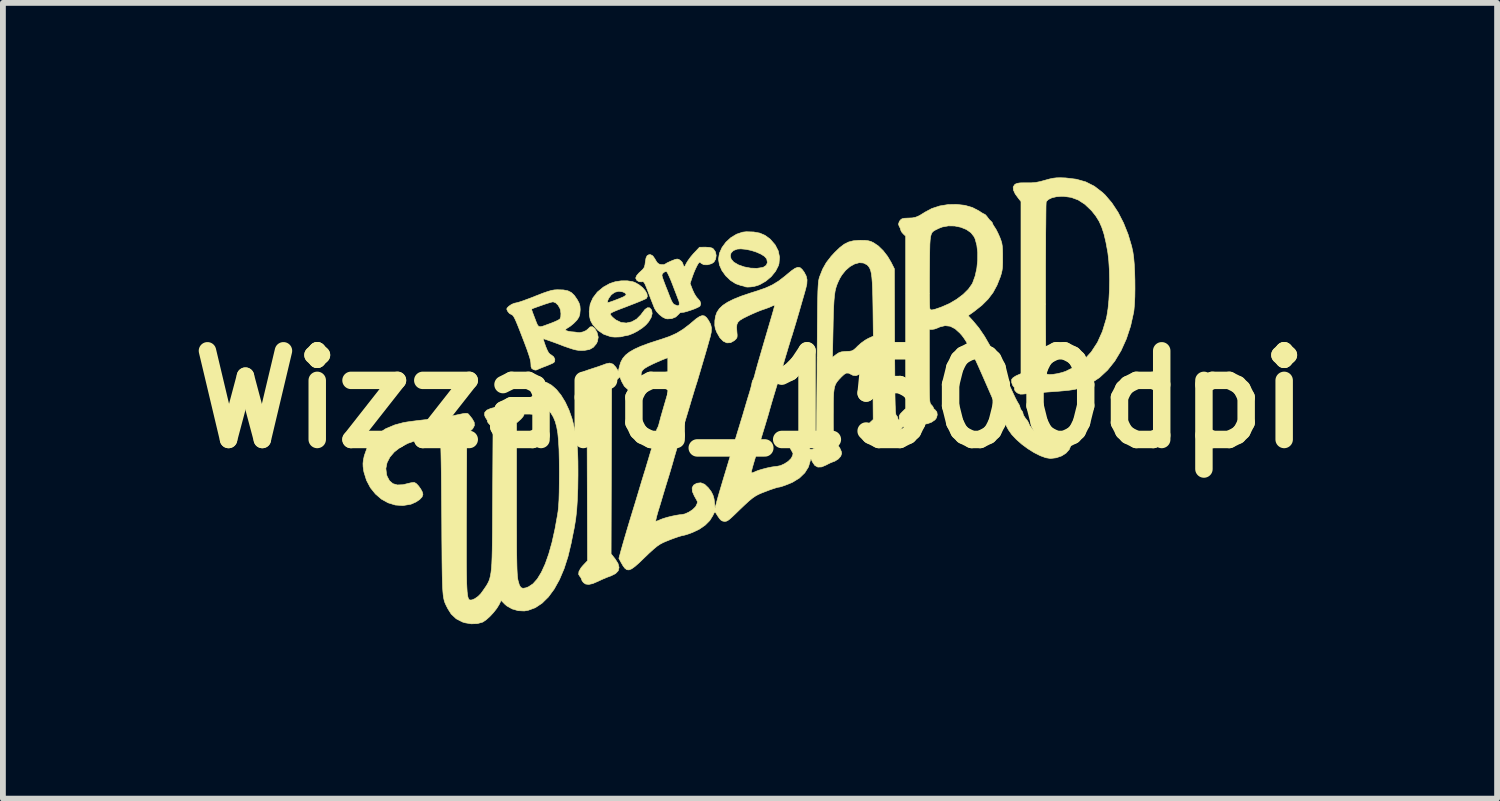
<source format=kicad_pcb>
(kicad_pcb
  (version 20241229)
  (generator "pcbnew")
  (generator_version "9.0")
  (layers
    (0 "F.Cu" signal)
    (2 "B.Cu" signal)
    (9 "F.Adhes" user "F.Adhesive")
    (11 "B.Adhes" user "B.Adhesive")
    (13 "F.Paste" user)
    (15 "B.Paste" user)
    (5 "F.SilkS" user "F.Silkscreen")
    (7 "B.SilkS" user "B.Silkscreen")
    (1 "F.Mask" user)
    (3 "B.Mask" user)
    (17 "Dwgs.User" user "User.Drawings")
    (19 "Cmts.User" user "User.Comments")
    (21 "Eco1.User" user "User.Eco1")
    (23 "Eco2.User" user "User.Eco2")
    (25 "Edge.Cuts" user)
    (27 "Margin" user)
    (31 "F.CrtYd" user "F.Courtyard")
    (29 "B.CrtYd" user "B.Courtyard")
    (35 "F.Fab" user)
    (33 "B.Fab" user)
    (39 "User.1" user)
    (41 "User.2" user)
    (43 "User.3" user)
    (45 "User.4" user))
  (footprint "Wizzard_1500dpi"
    (layer "F.Cu")
    (at 9.841 3.814)
    (property "Reference" "Wizzard_1500dpi" (at 0 0 0) (layer "F.SilkS") (effects (font (size 1.524 1.524) (thickness 0.3))))
    (attr through_hole)
    (fp_poly (pts (xy 0.063 -2.877) (xy 0.167 -2.858) (xy 0.256 -2.82) (xy 0.338 -2.761) (xy 0.351 -2.749) (xy 0.432 -2.655) (xy 0.485 -2.552) (xy 0.507 -2.444) (xy 0.498 -2.335) (xy 0.489 -2.301) (xy 0.44 -2.204) (xy 0.366 -2.112) (xy 0.273 -2.033) (xy 0.169 -1.973) (xy 0.127 -1.957) (xy 0.072 -1.942) (xy 0.012 -1.933) (xy -0.042 -1.93) (xy -0.079 -1.934) (xy -0.087 -1.938) (xy -0.107 -1.946) (xy -0.146 -1.955) (xy -0.151 -1.955) (xy -0.246 -1.988) (xy -0.337 -2.046) (xy -0.418 -2.124) (xy -0.483 -2.214) (xy -0.526 -2.311) (xy -0.542 -2.408) (xy -0.542 -2.409) (xy -0.533 -2.466) (xy -0.339 -2.466) (xy -0.324 -2.41) (xy -0.28 -2.359) (xy -0.2 -2.312) (xy -0.1 -2.277) (xy 0.01 -2.256) (xy 0.117 -2.252) (xy 0.212 -2.266) (xy 0.231 -2.272) (xy 0.279 -2.304) (xy 0.299 -2.351) (xy 0.288 -2.41) (xy 0.284 -2.418) (xy 0.249 -2.458) (xy 0.189 -2.496) (xy 0.11 -2.531) (xy 0.02 -2.56) (xy -0.071 -2.579) (xy -0.158 -2.587) (xy -0.219 -2.583) (xy -0.285 -2.558) (xy -0.326 -2.517) (xy -0.339 -2.466) (xy -0.533 -2.466) (xy -0.526 -2.511) (xy -0.481 -2.611) (xy -0.414 -2.702) (xy -0.329 -2.78) (xy -0.231 -2.839) (xy -0.127 -2.874) (xy -0.064 -2.881) (xy 0.063 -2.877)) (stroke (width 0.01) (type solid)) (fill yes) (layer "F.SilkS"))
    (fp_poly (pts (xy -2.018 -2.023) (xy -1.977 -2.009) (xy -1.907 -1.969) (xy -1.846 -1.92) (xy -1.8 -1.866) (xy -1.771 -1.814) (xy -1.765 -1.768) (xy -1.78 -1.736) (xy -1.803 -1.724) (xy -1.852 -1.702) (xy -1.922 -1.673) (xy -2.008 -1.639) (xy -2.104 -1.602) (xy -2.11 -1.599) (xy -2.216 -1.559) (xy -2.294 -1.529) (xy -2.347 -1.506) (xy -2.381 -1.489) (xy -2.398 -1.476) (xy -2.402 -1.465) (xy -2.398 -1.453) (xy -2.393 -1.446) (xy -2.365 -1.414) (xy -2.321 -1.376) (xy -2.302 -1.363) (xy -2.217 -1.322) (xy -2.126 -1.312) (xy -2.035 -1.332) (xy -1.95 -1.379) (xy -1.876 -1.453) (xy -1.852 -1.486) (xy -1.805 -1.546) (xy -1.762 -1.575) (xy -1.724 -1.573) (xy -1.694 -1.539) (xy -1.69 -1.532) (xy -1.682 -1.474) (xy -1.7 -1.406) (xy -1.744 -1.332) (xy -1.789 -1.281) (xy -1.85 -1.229) (xy -1.926 -1.179) (xy -2.006 -1.136) (xy -2.081 -1.106) (xy -2.126 -1.096) (xy -2.168 -1.089) (xy -2.194 -1.081) (xy -2.222 -1.075) (xy -2.271 -1.072) (xy -2.327 -1.071) (xy -2.376 -1.075) (xy -2.396 -1.078) (xy -2.514 -1.119) (xy -2.61 -1.183) (xy -2.645 -1.217) (xy -2.707 -1.291) (xy -2.744 -1.361) (xy -2.761 -1.442) (xy -2.764 -1.514) (xy -2.748 -1.633) (xy -2.729 -1.678) (xy -2.451 -1.678) (xy -2.45 -1.667) (xy -2.437 -1.665) (xy -2.408 -1.672) (xy -2.359 -1.689) (xy -2.285 -1.717) (xy -2.249 -1.731) (xy -2.178 -1.761) (xy -2.138 -1.786) (xy -2.129 -1.807) (xy -2.15 -1.829) (xy -2.186 -1.847) (xy -2.255 -1.858) (xy -2.324 -1.841) (xy -2.384 -1.798) (xy -2.431 -1.734) (xy -2.446 -1.696) (xy -2.451 -1.678) (xy -2.729 -1.678) (xy -2.7 -1.744) (xy -2.624 -1.844) (xy -2.52 -1.93) (xy -2.41 -1.991) (xy -2.319 -2.021) (xy -2.216 -2.037) (xy -2.111 -2.038) (xy -2.018 -2.023)) (stroke (width 0.01) (type solid)) (fill yes) (layer "F.SilkS"))
    (fp_poly (pts (xy -0.698 -2.612) (xy -0.653 -2.601) (xy -0.629 -2.585) (xy -0.594 -2.534) (xy -0.582 -2.473) (xy -0.591 -2.411) (xy -0.62 -2.36) (xy -0.659 -2.333) (xy -0.73 -2.313) (xy -0.792 -2.314) (xy -0.837 -2.336) (xy -0.84 -2.339) (xy -0.858 -2.356) (xy -0.873 -2.355) (xy -0.891 -2.332) (xy -0.91 -2.299) (xy -0.937 -2.244) (xy -0.967 -2.174) (xy -0.991 -2.109) (xy -1.03 -1.992) (xy -0.987 -1.881) (xy -0.954 -1.811) (xy -0.918 -1.755) (xy -0.895 -1.73) (xy -0.86 -1.688) (xy -0.847 -1.643) (xy -0.859 -1.606) (xy -0.868 -1.597) (xy -0.903 -1.578) (xy -0.956 -1.555) (xy -1.02 -1.532) (xy -1.082 -1.512) (xy -1.134 -1.498) (xy -1.166 -1.495) (xy -1.168 -1.495) (xy -1.204 -1.488) (xy -1.228 -1.462) (xy -1.277 -1.416) (xy -1.345 -1.388) (xy -1.421 -1.383) (xy -1.45 -1.388) (xy -1.5 -1.412) (xy -1.556 -1.455) (xy -1.607 -1.51) (xy -1.638 -1.558) (xy -1.652 -1.591) (xy -1.674 -1.647) (xy -1.702 -1.718) (xy -1.728 -1.786) (xy -1.763 -1.879) (xy -1.789 -1.944) (xy -1.808 -1.987) (xy -1.823 -2.011) (xy -1.837 -2.022) (xy -1.851 -2.023) (xy -1.861 -2.02) (xy -1.906 -2.022) (xy -1.945 -2.045) (xy -1.964 -2.081) (xy -1.964 -2.088) (xy -1.95 -2.124) (xy -1.943 -2.133) (xy -1.514 -2.133) (xy -1.507 -2.101) (xy -1.492 -2.057) (xy -1.469 -1.995) (xy -1.446 -1.935) (xy -1.437 -1.913) (xy -1.418 -1.866) (xy -1.393 -1.801) (xy -1.372 -1.747) (xy -1.348 -1.691) (xy -1.324 -1.65) (xy -1.305 -1.631) (xy -1.265 -1.616) (xy -1.253 -1.61) (xy -1.228 -1.608) (xy -1.216 -1.631) (xy -1.218 -1.672) (xy -1.227 -1.702) (xy -1.241 -1.736) (xy -1.263 -1.795) (xy -1.292 -1.87) (xy -1.324 -1.954) (xy -1.33 -1.97) (xy -1.362 -2.051) (xy -1.392 -2.119) (xy -1.416 -2.169) (xy -1.433 -2.195) (xy -1.436 -2.197) (xy -1.464 -2.193) (xy -1.491 -2.174) (xy -1.508 -2.154) (xy -1.514 -2.133) (xy -1.943 -2.133) (xy -1.911 -2.171) (xy -1.887 -2.193) (xy -1.843 -2.234) (xy -1.818 -2.269) (xy -1.806 -2.312) (xy -1.8 -2.358) (xy -1.788 -2.429) (xy -1.768 -2.47) (xy -1.736 -2.487) (xy -1.707 -2.486) (xy -1.671 -2.466) (xy -1.635 -2.415) (xy -1.63 -2.405) (xy -1.599 -2.354) (xy -1.567 -2.327) (xy -1.536 -2.317) (xy -1.483 -2.315) (xy -1.456 -2.327) (xy -1.427 -2.345) (xy -1.378 -2.368) (xy -1.339 -2.385) (xy -1.286 -2.405) (xy -1.253 -2.412) (xy -1.228 -2.407) (xy -1.207 -2.395) (xy -1.175 -2.368) (xy -1.159 -2.344) (xy -1.143 -2.296) (xy -1.131 -2.28) (xy -1.117 -2.294) (xy -1.096 -2.336) (xy -1.066 -2.385) (xy -1.022 -2.446) (xy -0.971 -2.506) (xy -0.964 -2.513) (xy -0.868 -2.615) (xy -0.766 -2.616) (xy -0.698 -2.612)) (stroke (width 0.01) (type solid)) (fill yes) (layer "F.SilkS"))
    (fp_poly (pts (xy 5.425 -3.806) (xy 5.607 -3.784) (xy 5.77 -3.738) (xy 5.918 -3.663) (xy 6.055 -3.558) (xy 6.102 -3.514) (xy 6.218 -3.378) (xy 6.325 -3.216) (xy 6.419 -3.033) (xy 6.498 -2.836) (xy 6.559 -2.631) (xy 6.581 -2.53) (xy 6.594 -2.438) (xy 6.604 -2.322) (xy 6.611 -2.188) (xy 6.615 -2.045) (xy 6.616 -1.901) (xy 6.614 -1.763) (xy 6.608 -1.639) (xy 6.599 -1.537) (xy 6.594 -1.499) (xy 6.541 -1.26) (xy 6.468 -1.039) (xy 6.377 -0.838) (xy 6.269 -0.658) (xy 6.145 -0.503) (xy 6.007 -0.375) (xy 5.856 -0.275) (xy 5.742 -0.222) (xy 5.691 -0.203) (xy 5.645 -0.188) (xy 5.599 -0.176) (xy 5.547 -0.166) (xy 5.484 -0.157) (xy 5.406 -0.149) (xy 5.306 -0.14) (xy 5.181 -0.131) (xy 5.112 -0.126) (xy 5.002 -0.117) (xy 4.9 -0.109) (xy 4.812 -0.102) (xy 4.744 -0.096) (xy 4.702 -0.092) (xy 4.699 -0.091) (xy 4.644 -0.09) (xy 4.601 -0.107) (xy 4.583 -0.119) (xy 4.554 -0.15) (xy 4.544 -0.176) (xy 4.545 -0.179) (xy 4.543 -0.206) (xy 4.536 -0.213) (xy 4.513 -0.243) (xy 4.497 -0.289) (xy 4.495 -0.334) (xy 4.497 -0.343) (xy 4.518 -0.369) (xy 4.559 -0.397) (xy 4.582 -0.409) (xy 4.657 -0.442) (xy 4.657 -1.905) (xy 5.08 -1.905) (xy 5.08 -1.638) (xy 5.08 -1.404) (xy 5.081 -1.2) (xy 5.082 -1.024) (xy 5.083 -0.875) (xy 5.084 -0.752) (xy 5.086 -0.651) (xy 5.088 -0.572) (xy 5.09 -0.512) (xy 5.093 -0.471) (xy 5.097 -0.445) (xy 5.1 -0.434) (xy 5.101 -0.434) (xy 5.144 -0.426) (xy 5.208 -0.43) (xy 5.285 -0.442) (xy 5.366 -0.462) (xy 5.428 -0.483) (xy 5.593 -0.566) (xy 5.739 -0.677) (xy 5.865 -0.815) (xy 5.972 -0.979) (xy 6.057 -1.168) (xy 6.122 -1.382) (xy 6.133 -1.431) (xy 6.153 -1.558) (xy 6.168 -1.709) (xy 6.177 -1.876) (xy 6.18 -2.049) (xy 6.176 -2.221) (xy 6.166 -2.381) (xy 6.15 -2.521) (xy 6.148 -2.532) (xy 6.117 -2.7) (xy 6.084 -2.841) (xy 6.045 -2.959) (xy 6 -3.06) (xy 5.944 -3.15) (xy 5.877 -3.235) (xy 5.865 -3.248) (xy 5.755 -3.353) (xy 5.641 -3.427) (xy 5.519 -3.472) (xy 5.385 -3.49) (xy 5.356 -3.49) (xy 5.266 -3.483) (xy 5.187 -3.464) (xy 5.127 -3.435) (xy 5.092 -3.399) (xy 5.091 -3.394) (xy 5.089 -3.374) (xy 5.087 -3.322) (xy 5.086 -3.241) (xy 5.085 -3.133) (xy 5.084 -3.002) (xy 5.082 -2.85) (xy 5.082 -2.678) (xy 5.081 -2.49) (xy 5.08 -2.289) (xy 5.08 -2.076) (xy 5.08 -1.905) (xy 4.657 -1.905) (xy 4.657 -3.401) (xy 4.618 -3.449) (xy 4.558 -3.531) (xy 4.527 -3.598) (xy 4.523 -3.65) (xy 4.547 -3.689) (xy 4.561 -3.7) (xy 4.593 -3.713) (xy 4.643 -3.721) (xy 4.716 -3.722) (xy 4.751 -3.722) (xy 4.836 -3.722) (xy 4.909 -3.728) (xy 4.986 -3.743) (xy 5.069 -3.766) (xy 5.149 -3.788) (xy 5.212 -3.801) (xy 5.271 -3.808) (xy 5.339 -3.809) (xy 5.425 -3.806)) (stroke (width 0.01) (type solid)) (fill yes) (layer "F.SilkS"))
    (fp_poly (pts (xy -3.208 -1.881) (xy -3.131 -1.866) (xy -3.071 -1.836) (xy -3.019 -1.786) (xy -2.969 -1.713) (xy -2.938 -1.655) (xy -2.923 -1.606) (xy -2.919 -1.548) (xy -2.92 -1.526) (xy -2.926 -1.462) (xy -2.941 -1.415) (xy -2.971 -1.368) (xy -2.98 -1.357) (xy -3.031 -1.305) (xy -3.09 -1.257) (xy -3.113 -1.242) (xy -3.156 -1.215) (xy -3.172 -1.198) (xy -3.166 -1.186) (xy -3.16 -1.182) (xy -3.125 -1.171) (xy -3.074 -1.162) (xy -3.06 -1.161) (xy -3.011 -1.157) (xy -2.977 -1.152) (xy -2.972 -1.15) (xy -2.926 -1.147) (xy -2.869 -1.16) (xy -2.817 -1.183) (xy -2.784 -1.211) (xy -2.748 -1.246) (xy -2.709 -1.249) (xy -2.671 -1.22) (xy -2.634 -1.16) (xy -2.628 -1.146) (xy -2.609 -1.069) (xy -2.623 -0.994) (xy -2.643 -0.954) (xy -2.693 -0.895) (xy -2.758 -0.858) (xy -2.844 -0.842) (xy -2.896 -0.84) (xy -2.943 -0.842) (xy -2.99 -0.849) (xy -3.045 -0.863) (xy -3.113 -0.885) (xy -3.202 -0.916) (xy -3.276 -0.945) (xy -3.365 -0.978) (xy -3.443 -1.006) (xy -3.503 -1.027) (xy -3.542 -1.04) (xy -3.553 -1.042) (xy -3.55 -1.024) (xy -3.538 -0.983) (xy -3.518 -0.926) (xy -3.513 -0.911) (xy -3.485 -0.844) (xy -3.461 -0.8) (xy -3.435 -0.774) (xy -3.414 -0.762) (xy -3.375 -0.731) (xy -3.355 -0.69) (xy -3.358 -0.651) (xy -3.373 -0.632) (xy -3.399 -0.618) (xy -3.447 -0.597) (xy -3.508 -0.572) (xy -3.522 -0.567) (xy -3.584 -0.543) (xy -3.634 -0.522) (xy -3.664 -0.508) (xy -3.667 -0.506) (xy -3.693 -0.503) (xy -3.726 -0.514) (xy -3.753 -0.533) (xy -3.764 -0.563) (xy -3.766 -0.609) (xy -3.769 -0.644) (xy -3.78 -0.695) (xy -3.801 -0.763) (xy -3.832 -0.854) (xy -3.875 -0.969) (xy -3.912 -1.065) (xy -3.959 -1.187) (xy -3.996 -1.28) (xy -4.025 -1.349) (xy -4.048 -1.398) (xy -4.066 -1.429) (xy -4.081 -1.447) (xy -4.096 -1.456) (xy -4.099 -1.457) (xy -4.136 -1.478) (xy -4.165 -1.513) (xy -4.18 -1.546) (xy -4.18 -1.55) (xy -3.755 -1.55) (xy -3.751 -1.534) (xy -3.737 -1.493) (xy -3.715 -1.435) (xy -3.698 -1.391) (xy -3.673 -1.325) (xy -3.654 -1.281) (xy -3.634 -1.256) (xy -3.607 -1.248) (xy -3.566 -1.256) (xy -3.505 -1.278) (xy -3.425 -1.307) (xy -3.36 -1.333) (xy -3.307 -1.357) (xy -3.274 -1.376) (xy -3.268 -1.38) (xy -3.253 -1.418) (xy -3.25 -1.474) (xy -3.257 -1.533) (xy -3.266 -1.561) (xy -3.298 -1.618) (xy -3.34 -1.659) (xy -3.384 -1.676) (xy -3.387 -1.676) (xy -3.412 -1.671) (xy -3.46 -1.657) (xy -3.523 -1.637) (xy -3.591 -1.613) (xy -3.657 -1.59) (xy -3.712 -1.57) (xy -3.747 -1.555) (xy -3.755 -1.55) (xy -4.18 -1.55) (xy -4.177 -1.568) (xy -4.151 -1.595) (xy -4.144 -1.601) (xy -4.099 -1.632) (xy -4.053 -1.651) (xy -4.05 -1.652) (xy -4.008 -1.661) (xy -3.964 -1.673) (xy -3.913 -1.69) (xy -3.847 -1.714) (xy -3.761 -1.746) (xy -3.658 -1.787) (xy -3.555 -1.827) (xy -3.476 -1.854) (xy -3.415 -1.872) (xy -3.364 -1.881) (xy -3.316 -1.884) (xy -3.31 -1.884) (xy -3.208 -1.881)) (stroke (width 0.01) (type solid)) (fill yes) (layer "F.SilkS"))
    (fp_poly (pts (xy -3.5 -0.292) (xy -3.414 -0.245) (xy -3.329 -0.171) (xy -3.249 -0.073) (xy -3.176 0.046) (xy -3.112 0.183) (xy -3.059 0.333) (xy -3.042 0.398) (xy -3.016 0.51) (xy -2.995 0.613) (xy -2.98 0.713) (xy -2.969 0.818) (xy -2.962 0.933) (xy -2.958 1.066) (xy -2.957 1.222) (xy -2.957 1.304) (xy -2.96 1.531) (xy -2.968 1.729) (xy -2.979 1.902) (xy -2.996 2.054) (xy -3.018 2.191) (xy -3.023 2.218) (xy -3.038 2.292) (xy -3.056 2.38) (xy -3.072 2.463) (xy -3.072 2.464) (xy -3.128 2.699) (xy -3.196 2.911) (xy -3.276 3.099) (xy -3.366 3.261) (xy -3.466 3.397) (xy -3.575 3.504) (xy -3.691 3.581) (xy -3.814 3.626) (xy -3.88 3.637) (xy -3.984 3.632) (xy -4.088 3.602) (xy -4.179 3.551) (xy -4.214 3.521) (xy -4.278 3.456) (xy -4.313 3.528) (xy -4.353 3.593) (xy -4.409 3.664) (xy -4.473 3.733) (xy -4.537 3.79) (xy -4.592 3.827) (xy -4.597 3.829) (xy -4.686 3.854) (xy -4.79 3.858) (xy -4.898 3.84) (xy -4.944 3.826) (xy -5.05 3.771) (xy -5.136 3.69) (xy -5.193 3.6) (xy -5.21 3.567) (xy -5.225 3.537) (xy -5.238 3.509) (xy -5.25 3.479) (xy -5.259 3.446) (xy -5.267 3.407) (xy -5.274 3.359) (xy -5.279 3.301) (xy -5.284 3.229) (xy -5.287 3.142) (xy -5.29 3.037) (xy -5.292 2.912) (xy -5.294 2.763) (xy -5.295 2.59) (xy -5.297 2.389) (xy -5.298 2.158) (xy -5.299 2.002) (xy -5.302 1.726) (xy -5.304 1.48) (xy -5.306 1.265) (xy -5.309 1.081) (xy -5.312 0.928) (xy -5.315 0.808) (xy -5.318 0.719) (xy -5.321 0.664) (xy -5.325 0.642) (xy -5.326 0.642) (xy -5.359 0.643) (xy -5.416 0.649) (xy -5.489 0.659) (xy -5.567 0.672) (xy -5.643 0.685) (xy -5.707 0.698) (xy -5.74 0.706) (xy -5.887 0.758) (xy -6.012 0.825) (xy -6.114 0.904) (xy -6.19 0.993) (xy -6.239 1.089) (xy -6.259 1.189) (xy -6.247 1.292) (xy -6.238 1.321) (xy -6.197 1.399) (xy -6.138 1.449) (xy -6.062 1.471) (xy -5.965 1.467) (xy -5.884 1.447) (xy -5.829 1.434) (xy -5.782 1.428) (xy -5.765 1.43) (xy -5.733 1.45) (xy -5.695 1.491) (xy -5.659 1.542) (xy -5.632 1.593) (xy -5.622 1.633) (xy -5.637 1.677) (xy -5.679 1.722) (xy -5.742 1.764) (xy -5.818 1.798) (xy -5.837 1.804) (xy -5.967 1.825) (xy -6.097 1.816) (xy -6.221 1.778) (xy -6.336 1.714) (xy -6.438 1.626) (xy -6.525 1.518) (xy -6.592 1.391) (xy -6.636 1.249) (xy -6.641 1.222) (xy -6.65 1.157) (xy -6.652 1.103) (xy -6.646 1.047) (xy -6.631 0.974) (xy -6.628 0.964) (xy -6.578 0.822) (xy -6.5 0.698) (xy -6.394 0.592) (xy -6.262 0.505) (xy -6.105 0.439) (xy -5.96 0.4) (xy -5.897 0.389) (xy -5.81 0.377) (xy -5.709 0.364) (xy -5.603 0.352) (xy -5.558 0.347) (xy -5.454 0.337) (xy -5.353 0.324) (xy -5.262 0.312) (xy -5.192 0.3) (xy -5.169 0.296) (xy -5.061 0.272) (xy -4.98 0.255) (xy -4.924 0.244) (xy -4.885 0.24) (xy -4.86 0.242) (xy -4.844 0.249) (xy -4.832 0.262) (xy -4.824 0.272) (xy -4.796 0.307) (xy -4.777 0.331) (xy -4.741 0.393) (xy -4.737 0.449) (xy -4.766 0.504) (xy -4.812 0.548) (xy -4.868 0.592) (xy -4.874 1.921) (xy -4.875 2.183) (xy -4.875 2.413) (xy -4.875 2.613) (xy -4.875 2.786) (xy -4.874 2.933) (xy -4.872 3.056) (xy -4.87 3.158) (xy -4.866 3.241) (xy -4.862 3.306) (xy -4.856 3.356) (xy -4.85 3.393) (xy -4.842 3.419) (xy -4.834 3.435) (xy -4.823 3.445) (xy -4.817 3.449) (xy -4.779 3.447) (xy -4.73 3.426) (xy -4.677 3.389) (xy -4.631 3.344) (xy -4.618 3.327) (xy -4.584 3.28) (xy -4.555 3.238) (xy -4.529 3.2) (xy -4.508 3.163) (xy -4.489 3.125) (xy -4.474 3.082) (xy -4.462 3.032) (xy -4.452 2.974) (xy -4.444 2.903) (xy -4.438 2.818) (xy -4.434 2.716) (xy -4.431 2.595) (xy -4.429 2.451) (xy -4.427 2.283) (xy -4.426 2.087) (xy -4.425 1.862) (xy -4.424 1.714) (xy -4.417 0.491) (xy -4.47 0.438) (xy -4.5 0.404) (xy -4.514 0.381) (xy -4.513 0.376) (xy -4.516 0.358) (xy -4.528 0.34) (xy -4.551 0.303) (xy -4.563 0.269) (xy -4.559 0.223) (xy -4.523 0.185) (xy -4.454 0.155) (xy -4.375 0.136) (xy -4.305 0.121) (xy -4.24 0.102) (xy -4.201 0.086) (xy -4.125 0.053) (xy -4.067 0.041) (xy -4.019 0.052) (xy -3.984 0.075) (xy -3.939 0.124) (xy -3.904 0.18) (xy -3.886 0.234) (xy -3.886 0.27) (xy -3.905 0.301) (xy -3.939 0.34) (xy -3.955 0.354) (xy -4.013 0.405) (xy -4.013 1.702) (xy -4.013 1.948) (xy -4.013 2.162) (xy -4.012 2.347) (xy -4.012 2.505) (xy -4.011 2.639) (xy -4.009 2.751) (xy -4.007 2.843) (xy -4.005 2.919) (xy -4.002 2.979) (xy -3.999 3.027) (xy -3.995 3.065) (xy -3.991 3.095) (xy -3.986 3.117) (xy -3.965 3.19) (xy -3.939 3.233) (xy -3.903 3.248) (xy -3.851 3.239) (xy -3.806 3.221) (xy -3.73 3.17) (xy -3.656 3.087) (xy -3.586 2.972) (xy -3.52 2.828) (xy -3.459 2.655) (xy -3.403 2.456) (xy -3.353 2.231) (xy -3.308 1.982) (xy -3.299 1.922) (xy -3.291 1.843) (xy -3.284 1.734) (xy -3.28 1.593) (xy -3.278 1.419) (xy -3.277 1.245) (xy -3.279 1.036) (xy -3.283 0.858) (xy -3.292 0.707) (xy -3.304 0.58) (xy -3.323 0.473) (xy -3.348 0.382) (xy -3.38 0.305) (xy -3.421 0.237) (xy -3.471 0.176) (xy -3.531 0.118) (xy -3.587 0.072) (xy -3.649 0.009) (xy -3.691 -0.059) (xy -3.713 -0.129) (xy -3.715 -0.194) (xy -3.698 -0.249) (xy -3.66 -0.288) (xy -3.603 -0.307) (xy -3.585 -0.308) (xy -3.5 -0.292)) (stroke (width 0.01) (type solid)) (fill yes) (layer "F.SilkS"))
    (fp_poly (pts (xy 3.692 -3.335) (xy 3.821 -3.298) (xy 3.931 -3.241) (xy 3.933 -3.24) (xy 3.979 -3.209) (xy 4.015 -3.189) (xy 4.029 -3.183) (xy 4.048 -3.171) (xy 4.075 -3.139) (xy 4.083 -3.128) (xy 4.113 -3.089) (xy 4.14 -3.063) (xy 4.144 -3.06) (xy 4.163 -3.038) (xy 4.166 -3.029) (xy 4.175 -3.005) (xy 4.198 -2.968) (xy 4.205 -2.958) (xy 4.232 -2.915) (xy 4.263 -2.853) (xy 4.293 -2.786) (xy 4.293 -2.786) (xy 4.313 -2.733) (xy 4.327 -2.687) (xy 4.335 -2.639) (xy 4.34 -2.579) (xy 4.342 -2.5) (xy 4.342 -2.447) (xy 4.342 -2.349) (xy 4.339 -2.275) (xy 4.332 -2.217) (xy 4.32 -2.164) (xy 4.303 -2.108) (xy 4.245 -1.962) (xy 4.176 -1.835) (xy 4.091 -1.723) (xy 3.985 -1.617) (xy 3.851 -1.511) (xy 3.826 -1.493) (xy 3.749 -1.439) (xy 3.831 -1.35) (xy 3.932 -1.229) (xy 4.031 -1.083) (xy 4.132 -0.908) (xy 4.211 -0.754) (xy 4.245 -0.686) (xy 4.274 -0.628) (xy 4.295 -0.588) (xy 4.302 -0.576) (xy 4.318 -0.547) (xy 4.342 -0.496) (xy 4.377 -0.423) (xy 4.422 -0.323) (xy 4.48 -0.195) (xy 4.488 -0.178) (xy 4.525 -0.098) (xy 4.559 -0.026) (xy 4.588 0.03) (xy 4.608 0.064) (xy 4.609 0.066) (xy 4.632 0.105) (xy 4.64 0.136) (xy 4.652 0.171) (xy 4.665 0.186) (xy 4.687 0.22) (xy 4.691 0.241) (xy 4.701 0.274) (xy 4.728 0.317) (xy 4.741 0.333) (xy 4.772 0.373) (xy 4.79 0.406) (xy 4.792 0.415) (xy 4.805 0.446) (xy 4.839 0.491) (xy 4.889 0.545) (xy 4.95 0.601) (xy 4.984 0.629) (xy 5.058 0.678) (xy 5.12 0.696) (xy 5.17 0.683) (xy 5.21 0.64) (xy 5.212 0.637) (xy 5.257 0.586) (xy 5.311 0.559) (xy 5.367 0.558) (xy 5.416 0.584) (xy 5.445 0.623) (xy 5.472 0.666) (xy 5.494 0.694) (xy 5.515 0.731) (xy 5.516 0.781) (xy 5.515 0.79) (xy 5.487 0.861) (xy 5.432 0.923) (xy 5.356 0.972) (xy 5.264 1.004) (xy 5.164 1.016) (xy 5.164 1.016) (xy 5.083 1.003) (xy 4.987 0.968) (xy 4.882 0.915) (xy 4.775 0.848) (xy 4.671 0.771) (xy 4.577 0.688) (xy 4.498 0.604) (xy 4.441 0.523) (xy 4.435 0.512) (xy 4.417 0.478) (xy 4.388 0.423) (xy 4.351 0.355) (xy 4.322 0.301) (xy 4.277 0.214) (xy 4.227 0.111) (xy 4.178 0.006) (xy 4.147 -0.064) (xy 4.06 -0.263) (xy 3.985 -0.434) (xy 3.921 -0.578) (xy 3.865 -0.7) (xy 3.817 -0.801) (xy 3.775 -0.885) (xy 3.738 -0.954) (xy 3.705 -1.01) (xy 3.673 -1.058) (xy 3.643 -1.098) (xy 3.611 -1.134) (xy 3.609 -1.137) (xy 3.525 -1.213) (xy 3.44 -1.257) (xy 3.353 -1.267) (xy 3.262 -1.245) (xy 3.222 -1.227) (xy 3.172 -1.209) (xy 3.128 -1.202) (xy 3.082 -1.202) (xy 3.082 -0.57) (xy 3.082 -0.407) (xy 3.082 -0.274) (xy 3.083 -0.169) (xy 3.084 -0.087) (xy 3.086 -0.026) (xy 3.089 0.018) (xy 3.093 0.049) (xy 3.099 0.069) (xy 3.105 0.082) (xy 3.114 0.091) (xy 3.116 0.093) (xy 3.141 0.122) (xy 3.15 0.142) (xy 3.162 0.165) (xy 3.183 0.182) (xy 3.211 0.217) (xy 3.218 0.266) (xy 3.204 0.318) (xy 3.179 0.352) (xy 3.117 0.394) (xy 3.045 0.42) (xy 3.009 0.423) (xy 2.974 0.431) (xy 2.922 0.449) (xy 2.879 0.467) (xy 2.792 0.5) (xy 2.722 0.512) (xy 2.67 0.502) (xy 2.65 0.485) (xy 2.635 0.47) (xy 2.62 0.475) (xy 2.599 0.506) (xy 2.594 0.515) (xy 2.557 0.561) (xy 2.504 0.588) (xy 2.486 0.593) (xy 2.428 0.612) (xy 2.359 0.638) (xy 2.322 0.654) (xy 2.263 0.679) (xy 2.208 0.699) (xy 2.182 0.706) (xy 2.132 0.704) (xy 2.086 0.684) (xy 2.055 0.652) (xy 2.049 0.628) (xy 2.037 0.591) (xy 2.024 0.576) (xy 1.999 0.536) (xy 2.002 0.485) (xy 2.03 0.431) (xy 2.058 0.401) (xy 2.117 0.346) (xy 2.113 -0.166) (xy 2.108 -0.678) (xy 2.002 -0.552) (xy 1.932 -0.475) (xy 1.872 -0.427) (xy 1.819 -0.407) (xy 1.769 -0.413) (xy 1.736 -0.43) (xy 1.694 -0.451) (xy 1.657 -0.452) (xy 1.618 -0.43) (xy 1.567 -0.383) (xy 1.564 -0.379) (xy 1.526 -0.339) (xy 1.497 -0.304) (xy 1.474 -0.268) (xy 1.457 -0.227) (xy 1.446 -0.177) (xy 1.438 -0.113) (xy 1.434 -0.03) (xy 1.432 0.076) (xy 1.432 0.209) (xy 1.431 0.266) (xy 1.431 0.402) (xy 1.432 0.508) (xy 1.434 0.588) (xy 1.436 0.646) (xy 1.44 0.686) (xy 1.446 0.711) (xy 1.453 0.726) (xy 1.458 0.732) (xy 1.505 0.78) (xy 1.544 0.839) (xy 1.569 0.896) (xy 1.575 0.928) (xy 1.559 0.977) (xy 1.518 1.024) (xy 1.458 1.062) (xy 1.422 1.075) (xy 1.382 1.091) (xy 1.329 1.117) (xy 1.309 1.128) (xy 1.231 1.161) (xy 1.166 1.164) (xy 1.114 1.136) (xy 1.073 1.076) (xy 1.07 1.07) (xy 1.053 1.032) (xy 1.044 1.023) (xy 1.039 1.04) (xy 1.037 1.05) (xy 1.004 1.162) (xy 0.941 1.263) (xy 0.849 1.352) (xy 0.73 1.425) (xy 0.657 1.456) (xy 0.594 1.48) (xy 0.541 1.498) (xy 0.508 1.507) (xy 0.503 1.507) (xy 0.471 1.513) (xy 0.416 1.53) (xy 0.347 1.553) (xy 0.271 1.582) (xy 0.196 1.611) (xy 0.144 1.634) (xy 0.096 1.66) (xy 0.043 1.696) (xy -0.018 1.746) (xy -0.093 1.815) (xy -0.173 1.891) (xy -0.251 1.967) (xy -0.309 2.022) (xy -0.352 2.06) (xy -0.383 2.083) (xy -0.408 2.094) (xy -0.429 2.097) (xy -0.443 2.097) (xy -0.473 2.091) (xy -0.497 2.078) (xy -0.523 2.051) (xy -0.555 2.005) (xy -0.587 1.954) (xy -0.6 1.938) (xy -0.612 1.943) (xy -0.628 1.973) (xy -0.64 1.999) (xy -0.692 2.083) (xy -0.772 2.163) (xy -0.874 2.233) (xy -0.986 2.286) (xy -1.049 2.31) (xy -1.102 2.327) (xy -1.135 2.336) (xy -1.139 2.337) (xy -1.171 2.343) (xy -1.226 2.359) (xy -1.296 2.383) (xy -1.372 2.411) (xy -1.446 2.441) (xy -1.499 2.464) (xy -1.547 2.49) (xy -1.6 2.526) (xy -1.661 2.577) (xy -1.736 2.645) (xy -1.814 2.72) (xy -1.905 2.808) (xy -1.978 2.872) (xy -2.035 2.913) (xy -2.08 2.931) (xy -2.117 2.928) (xy -2.151 2.903) (xy -2.184 2.859) (xy -2.217 2.802) (xy -2.254 2.733) (xy -2.22 2.607) (xy -2.193 2.511) (xy -2.157 2.386) (xy -2.112 2.233) (xy -2.059 2.056) (xy -2.005 1.88) (xy -1.977 1.789) (xy -1.949 1.696) (xy -1.924 1.613) (xy -1.91 1.566) (xy -1.888 1.493) (xy -1.861 1.403) (xy -1.834 1.315) (xy -1.828 1.295) (xy -1.799 1.203) (xy -1.768 1.098) (xy -1.739 1.003) (xy -1.736 0.991) (xy -1.709 0.902) (xy -1.68 0.805) (xy -1.654 0.718) (xy -1.65 0.704) (xy -1.631 0.639) (xy -1.616 0.583) (xy -1.609 0.547) (xy -1.609 0.543) (xy -1.6 0.508) (xy -1.594 0.499) (xy -1.581 0.473) (xy -1.566 0.428) (xy -1.561 0.406) (xy -1.551 0.37) (xy -1.536 0.312) (xy -1.513 0.232) (xy -1.483 0.128) (xy -1.445 -0.002) (xy -1.399 -0.159) (xy -1.344 -0.346) (xy -1.289 -0.533) (xy -1.264 -0.618) (xy -1.243 -0.691) (xy -1.228 -0.747) (xy -1.22 -0.779) (xy -1.219 -0.784) (xy -1.232 -0.787) (xy -1.263 -0.774) (xy -1.266 -0.772) (xy -1.309 -0.753) (xy -1.368 -0.731) (xy -1.405 -0.719) (xy -1.46 -0.699) (xy -1.534 -0.669) (xy -1.616 -0.633) (xy -1.673 -0.607) (xy -1.757 -0.565) (xy -1.815 -0.53) (xy -1.851 -0.496) (xy -1.869 -0.457) (xy -1.873 -0.405) (xy -1.869 -0.336) (xy -1.868 -0.334) (xy -1.864 -0.275) (xy -1.866 -0.239) (xy -1.878 -0.213) (xy -1.904 -0.188) (xy -1.915 -0.179) (xy -1.959 -0.148) (xy -1.998 -0.139) (xy -2.029 -0.142) (xy -2.099 -0.169) (xy -2.16 -0.225) (xy -2.205 -0.305) (xy -2.209 -0.314) (xy -2.237 -0.387) (xy -2.308 -0.319) (xy -2.379 -0.25) (xy -2.384 1.202) (xy -2.388 2.655) (xy -2.319 2.742) (xy -2.269 2.821) (xy -2.251 2.889) (xy -2.265 2.946) (xy -2.312 2.995) (xy -2.392 3.035) (xy -2.411 3.041) (xy -2.472 3.064) (xy -2.546 3.096) (xy -2.612 3.127) (xy -2.702 3.166) (xy -2.772 3.181) (xy -2.826 3.174) (xy -2.862 3.15) (xy -2.887 3.117) (xy -2.896 3.092) (xy -2.908 3.063) (xy -2.921 3.048) (xy -2.946 3.008) (xy -2.94 2.956) (xy -2.904 2.894) (xy -2.87 2.854) (xy -2.793 2.773) (xy -2.798 1.311) (xy -2.802 -0.152) (xy -2.839 -0.177) (xy -2.866 -0.206) (xy -2.9 -0.253) (xy -2.92 -0.289) (xy -2.945 -0.339) (xy -2.955 -0.37) (xy -2.951 -0.394) (xy -2.938 -0.417) (xy -2.924 -0.437) (xy -2.907 -0.453) (xy -2.882 -0.468) (xy -2.843 -0.484) (xy -2.784 -0.505) (xy -2.699 -0.533) (xy -2.684 -0.538) (xy -2.61 -0.562) (xy -2.543 -0.586) (xy -2.493 -0.604) (xy -2.479 -0.61) (xy -2.413 -0.624) (xy -2.356 -0.606) (xy -2.308 -0.555) (xy -2.302 -0.546) (xy -2.264 -0.483) (xy -2.244 -0.568) (xy -2.222 -0.639) (xy -2.188 -0.703) (xy -2.14 -0.76) (xy -2.074 -0.812) (xy -1.988 -0.862) (xy -1.878 -0.912) (xy -1.741 -0.963) (xy -1.575 -1.017) (xy -1.524 -1.033) (xy -1.382 -1.082) (xy -1.262 -1.136) (xy -1.151 -1.204) (xy -1.038 -1.29) (xy -1.004 -1.319) (xy -0.927 -1.384) (xy -0.867 -1.424) (xy -0.821 -1.44) (xy -0.783 -1.434) (xy -0.748 -1.406) (xy -0.713 -1.357) (xy -0.677 -1.29) (xy -0.662 -1.225) (xy -0.667 -1.151) (xy -0.684 -1.075) (xy -0.706 -0.999) (xy -0.732 -0.906) (xy -0.762 -0.802) (xy -0.794 -0.693) (xy -0.826 -0.585) (xy -0.856 -0.483) (xy -0.883 -0.393) (xy -0.904 -0.321) (xy -0.919 -0.274) (xy -0.923 -0.262) (xy -0.935 -0.224) (xy -0.955 -0.16) (xy -0.98 -0.077) (xy -1.009 0.018) (xy -1.031 0.093) (xy -1.067 0.213) (xy -1.107 0.345) (xy -1.146 0.477) (xy -1.182 0.596) (xy -1.194 0.635) (xy -1.223 0.731) (xy -1.251 0.824) (xy -1.275 0.905) (xy -1.293 0.965) (xy -1.298 0.982) (xy -1.332 1.103) (xy -1.362 1.206) (xy -1.392 1.306) (xy -1.402 1.338) (xy -1.422 1.403) (xy -1.448 1.487) (xy -1.475 1.577) (xy -1.49 1.626) (xy -1.517 1.718) (xy -1.547 1.818) (xy -1.575 1.908) (xy -1.586 1.944) (xy -1.604 2.009) (xy -1.616 2.06) (xy -1.621 2.089) (xy -1.62 2.094) (xy -1.602 2.092) (xy -1.564 2.078) (xy -1.547 2.069) (xy -1.497 2.05) (xy -1.426 2.028) (xy -1.345 2.008) (xy -1.266 1.992) (xy -1.202 1.982) (xy -1.179 1.981) (xy -1.12 1.969) (xy -1.051 1.938) (xy -0.987 1.896) (xy -0.939 1.849) (xy -0.932 1.839) (xy -0.911 1.796) (xy -0.903 1.763) (xy -0.905 1.756) (xy -0.918 1.73) (xy -0.942 1.687) (xy -0.957 1.661) (xy -0.991 1.583) (xy -0.995 1.52) (xy -0.97 1.474) (xy -0.915 1.442) (xy -0.846 1.434) (xy -0.78 1.46) (xy -0.717 1.52) (xy -0.716 1.521) (xy -0.666 1.588) (xy -0.636 1.648) (xy -0.618 1.712) (xy -0.611 1.77) (xy -0.601 1.871) (xy -0.573 1.761) (xy -0.555 1.695) (xy -0.53 1.607) (xy -0.497 1.496) (xy -0.456 1.358) (xy -0.406 1.193) (xy -0.363 1.05) (xy -0.335 0.959) (xy -0.307 0.866) (xy -0.282 0.784) (xy -0.268 0.737) (xy -0.245 0.663) (xy -0.218 0.573) (xy -0.191 0.485) (xy -0.185 0.466) (xy -0.157 0.373) (xy -0.125 0.269) (xy -0.097 0.173) (xy -0.093 0.161) (xy -0.067 0.072) (xy -0.038 -0.025) (xy -0.011 -0.112) (xy -0.007 -0.125) (xy 0.012 -0.191) (xy 0.026 -0.247) (xy 0.033 -0.282) (xy 0.034 -0.287) (xy 0.042 -0.321) (xy 0.049 -0.331) (xy 0.062 -0.356) (xy 0.076 -0.401) (xy 0.082 -0.423) (xy 0.091 -0.46) (xy 0.107 -0.517) (xy 0.129 -0.597) (xy 0.159 -0.701) (xy 0.197 -0.831) (xy 0.243 -0.989) (xy 0.298 -1.176) (xy 0.353 -1.363) (xy 0.378 -1.448) (xy 0.399 -1.521) (xy 0.414 -1.577) (xy 0.423 -1.609) (xy 0.423 -1.614) (xy 0.411 -1.616) (xy 0.38 -1.604) (xy 0.377 -1.602) (xy 0.334 -1.583) (xy 0.275 -1.561) (xy 0.237 -1.548) (xy 0.182 -1.529) (xy 0.108 -1.499) (xy 0.026 -1.463) (xy -0.03 -1.437) (xy -0.115 -1.395) (xy -0.173 -1.36) (xy -0.208 -1.326) (xy -0.226 -1.286) (xy -0.231 -1.235) (xy -0.226 -1.166) (xy -0.226 -1.164) (xy -0.221 -1.105) (xy -0.223 -1.068) (xy -0.236 -1.043) (xy -0.262 -1.018) (xy -0.272 -1.009) (xy -0.335 -0.974) (xy -0.399 -0.971) (xy -0.46 -1) (xy -0.518 -1.059) (xy -0.569 -1.148) (xy -0.571 -1.151) (xy -0.596 -1.215) (xy -0.606 -1.272) (xy -0.605 -1.34) (xy -0.605 -1.351) (xy -0.593 -1.429) (xy -0.568 -1.498) (xy -0.527 -1.559) (xy -0.467 -1.616) (xy -0.387 -1.669) (xy -0.283 -1.721) (xy -0.152 -1.774) (xy 0.008 -1.828) (xy 0.119 -1.863) (xy 0.261 -1.912) (xy 0.381 -1.966) (xy 0.491 -2.033) (xy 0.604 -2.12) (xy 0.638 -2.149) (xy 0.716 -2.213) (xy 0.775 -2.253) (xy 0.822 -2.27) (xy 0.86 -2.264) (xy 0.894 -2.235) (xy 0.93 -2.187) (xy 0.965 -2.12) (xy 0.98 -2.055) (xy 0.976 -1.98) (xy 0.958 -1.905) (xy 0.937 -1.829) (xy 0.91 -1.736) (xy 0.88 -1.632) (xy 0.849 -1.523) (xy 0.817 -1.414) (xy 0.787 -1.312) (xy 0.76 -1.223) (xy 0.738 -1.151) (xy 0.724 -1.104) (xy 0.72 -1.092) (xy 0.707 -1.054) (xy 0.688 -0.99) (xy 0.662 -0.907) (xy 0.634 -0.812) (xy 0.611 -0.737) (xy 0.576 -0.617) (xy 0.536 -0.485) (xy 0.496 -0.352) (xy 0.46 -0.234) (xy 0.448 -0.195) (xy 0.419 -0.099) (xy 0.391 -0.006) (xy 0.367 0.075) (xy 0.35 0.135) (xy 0.345 0.152) (xy 0.311 0.273) (xy 0.28 0.376) (xy 0.25 0.476) (xy 0.24 0.508) (xy 0.22 0.573) (xy 0.195 0.657) (xy 0.168 0.747) (xy 0.153 0.796) (xy 0.125 0.889) (xy 0.095 0.988) (xy 0.068 1.078) (xy 0.057 1.115) (xy 0.039 1.179) (xy 0.026 1.23) (xy 0.022 1.26) (xy 0.022 1.264) (xy 0.041 1.262) (xy 0.078 1.248) (xy 0.096 1.239) (xy 0.145 1.22) (xy 0.216 1.199) (xy 0.297 1.178) (xy 0.376 1.162) (xy 0.441 1.153) (xy 0.463 1.151) (xy 0.523 1.139) (xy 0.591 1.108) (xy 0.656 1.066) (xy 0.703 1.019) (xy 0.71 1.009) (xy 0.732 0.966) (xy 0.739 0.934) (xy 0.738 0.927) (xy 0.724 0.9) (xy 0.7 0.857) (xy 0.686 0.831) (xy 0.654 0.765) (xy 0.645 0.713) (xy 0.657 0.667) (xy 0.66 0.661) (xy 0.696 0.626) (xy 0.75 0.607) (xy 0.809 0.607) (xy 0.828 0.612) (xy 0.869 0.637) (xy 0.916 0.682) (xy 0.961 0.737) (xy 0.996 0.791) (xy 1.01 0.825) (xy 1.03 0.856) (xy 1.066 0.86) (xy 1.109 0.837) (xy 1.115 0.832) (xy 1.12 0.824) (xy 1.125 0.812) (xy 1.129 0.794) (xy 1.133 0.767) (xy 1.136 0.729) (xy 1.138 0.678) (xy 1.14 0.611) (xy 1.142 0.527) (xy 1.144 0.424) (xy 1.145 0.298) (xy 1.147 0.149) (xy 1.148 -0.027) (xy 1.15 -0.231) (xy 1.152 -0.466) (xy 1.152 -0.598) (xy 1.153 -0.722) (xy 1.417 -0.722) (xy 1.482 -0.772) (xy 1.526 -0.801) (xy 1.569 -0.816) (xy 1.628 -0.823) (xy 1.655 -0.824) (xy 1.712 -0.827) (xy 1.75 -0.834) (xy 1.783 -0.852) (xy 1.821 -0.885) (xy 1.851 -0.916) (xy 1.91 -0.968) (xy 1.977 -1.016) (xy 2.029 -1.046) (xy 2.119 -1.087) (xy 2.113 -1.589) (xy 2.11 -1.758) (xy 2.106 -1.896) (xy 2.101 -2.007) (xy 2.094 -2.095) (xy 2.085 -2.164) (xy 2.073 -2.216) (xy 2.057 -2.255) (xy 2.038 -2.285) (xy 2.014 -2.31) (xy 2.011 -2.313) (xy 1.948 -2.344) (xy 1.876 -2.349) (xy 1.797 -2.327) (xy 1.718 -2.283) (xy 1.643 -2.218) (xy 1.577 -2.136) (xy 1.543 -2.079) (xy 1.516 -2.023) (xy 1.494 -1.971) (xy 1.476 -1.917) (xy 1.462 -1.858) (xy 1.452 -1.788) (xy 1.444 -1.704) (xy 1.438 -1.601) (xy 1.433 -1.475) (xy 1.429 -1.321) (xy 1.428 -1.254) (xy 1.417 -0.722) (xy 1.153 -0.722) (xy 1.154 -0.849) (xy 1.156 -1.069) (xy 1.157 -1.26) (xy 1.159 -1.423) (xy 1.16 -1.562) (xy 1.162 -1.679) (xy 1.164 -1.776) (xy 1.166 -1.855) (xy 1.169 -1.918) (xy 1.172 -1.968) (xy 1.175 -2.008) (xy 1.179 -2.039) (xy 1.184 -2.064) (xy 1.189 -2.085) (xy 1.195 -2.105) (xy 1.197 -2.11) (xy 1.248 -2.239) (xy 1.311 -2.351) (xy 1.394 -2.458) (xy 1.457 -2.526) (xy 1.543 -2.609) (xy 1.619 -2.667) (xy 1.693 -2.704) (xy 1.773 -2.725) (xy 1.867 -2.733) (xy 1.897 -2.734) (xy 1.975 -2.733) (xy 2.032 -2.726) (xy 2.079 -2.713) (xy 2.123 -2.692) (xy 2.205 -2.637) (xy 2.288 -2.556) (xy 2.364 -2.458) (xy 2.425 -2.355) (xy 2.481 -2.244) (xy 2.485 -0.991) (xy 2.486 -0.752) (xy 2.488 -0.544) (xy 2.489 -0.366) (xy 2.49 -0.215) (xy 2.491 -0.09) (xy 2.493 0.013) (xy 2.495 0.095) (xy 2.498 0.159) (xy 2.5 0.206) (xy 2.504 0.239) (xy 2.507 0.261) (xy 2.512 0.272) (xy 2.515 0.276) (xy 2.536 0.303) (xy 2.54 0.323) (xy 2.547 0.35) (xy 2.557 0.356) (xy 2.567 0.342) (xy 2.564 0.315) (xy 2.564 0.283) (xy 2.584 0.249) (xy 2.615 0.216) (xy 2.675 0.157) (xy 2.675 -1.938) (xy 3.084 -1.938) (xy 3.084 -1.819) (xy 3.085 -1.718) (xy 3.086 -1.639) (xy 3.088 -1.586) (xy 3.09 -1.564) (xy 3.097 -1.545) (xy 3.112 -1.537) (xy 3.14 -1.539) (xy 3.187 -1.551) (xy 3.257 -1.575) (xy 3.298 -1.59) (xy 3.43 -1.648) (xy 3.553 -1.721) (xy 3.663 -1.804) (xy 3.753 -1.893) (xy 3.816 -1.982) (xy 3.827 -2.004) (xy 3.869 -2.12) (xy 3.898 -2.251) (xy 3.912 -2.389) (xy 3.913 -2.524) (xy 3.898 -2.65) (xy 3.869 -2.757) (xy 3.852 -2.794) (xy 3.798 -2.864) (xy 3.72 -2.919) (xy 3.624 -2.958) (xy 3.519 -2.98) (xy 3.41 -2.982) (xy 3.305 -2.963) (xy 3.243 -2.939) (xy 3.205 -2.92) (xy 3.173 -2.904) (xy 3.148 -2.887) (xy 3.128 -2.866) (xy 3.114 -2.836) (xy 3.103 -2.795) (xy 3.096 -2.739) (xy 3.091 -2.665) (xy 3.089 -2.569) (xy 3.087 -2.448) (xy 3.086 -2.298) (xy 3.085 -2.212) (xy 3.084 -2.07) (xy 3.084 -1.938) (xy 2.675 -1.938) (xy 2.675 -2.805) (xy 2.633 -2.845) (xy 2.604 -2.879) (xy 2.59 -2.91) (xy 2.59 -2.911) (xy 2.58 -2.946) (xy 2.566 -2.969) (xy 2.551 -3.011) (xy 2.567 -3.059) (xy 2.588 -3.086) (xy 2.613 -3.104) (xy 2.655 -3.113) (xy 2.721 -3.116) (xy 2.791 -3.119) (xy 2.851 -3.132) (xy 2.911 -3.158) (xy 2.983 -3.202) (xy 3.006 -3.217) (xy 3.124 -3.28) (xy 3.259 -3.324) (xy 3.404 -3.348) (xy 3.55 -3.351) (xy 3.692 -3.335)) (stroke (width 0.01) (type solid)) (fill yes) (layer "F.SilkS")))
  (gr_rect
    (start -3 -3)
    (end 22.681 10.676)
    (stroke (width 0.1) (type default))
    (fill no)
    (layer "Edge.Cuts")))
</source>
